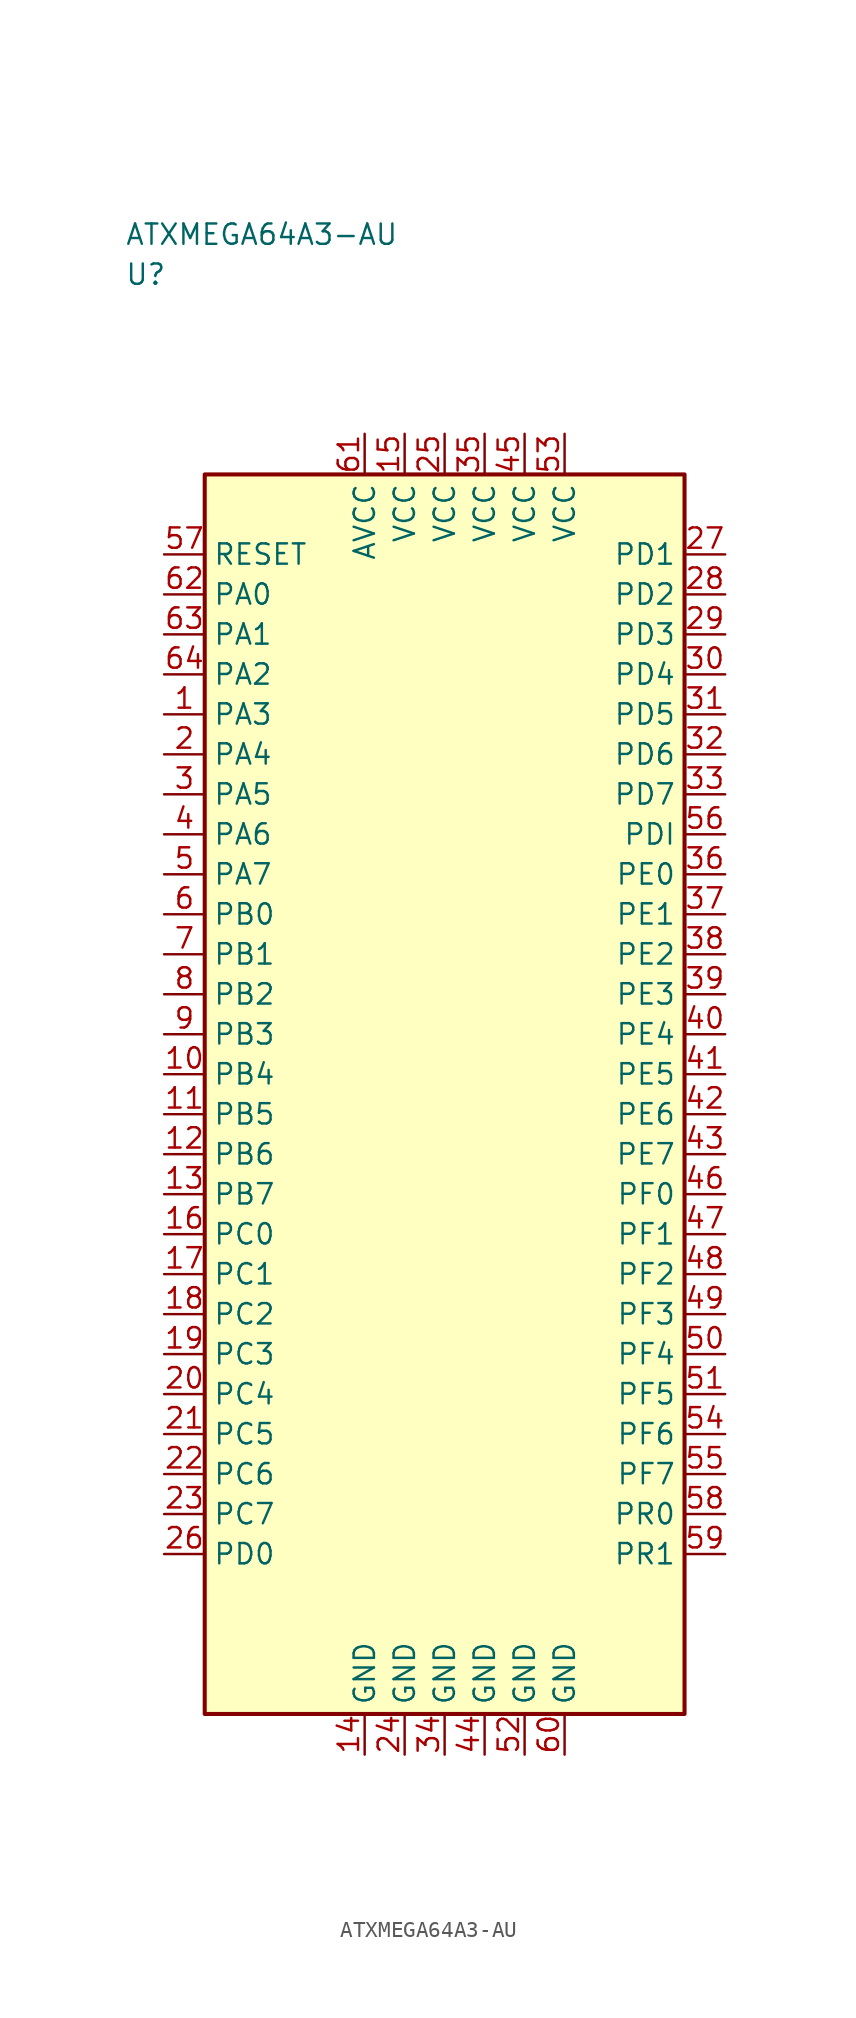
<source format=kicad_sym>
(kicad_symbol_lib
  (version 20241025)
  (generator "kicad_symbol_editor")
  (generator_version "8.0")
  (symbol "ATXMEGA64A3-AU"
    (property "Reference" "U"
      (at -20.0 51.25 0)
      (effects (font (size 1.27 1.27)) (justify left)))
    (property "Value" "ATXMEGA64A3-AU"
      (at -20.0 53.75 0)
      (effects (font (size 1.27 1.27)) (justify left)))
    (symbol "ATXMEGA64A3-AU_0_1"
      (rectangle (start -15.0 38.75) (end 15.0 -38.75) (stroke (width 0.254) (type default)) (fill (type background))))
    (symbol "ATXMEGA64A3-AU_1_1"
      (pin bidirectional line (at -17.54 23.75 0.0) (length 2.54) (name "PA3" (effects (font (size 1.27 1.27)))) (number "1" (effects (font (size 1.27 1.27)))))
      (pin bidirectional line (at -17.54 21.25 0.0) (length 2.54) (name "PA4" (effects (font (size 1.27 1.27)))) (number "2" (effects (font (size 1.27 1.27)))))
      (pin bidirectional line (at -17.54 18.75 0.0) (length 2.54) (name "PA5" (effects (font (size 1.27 1.27)))) (number "3" (effects (font (size 1.27 1.27)))))
      (pin bidirectional line (at -17.54 16.25 0.0) (length 2.54) (name "PA6" (effects (font (size 1.27 1.27)))) (number "4" (effects (font (size 1.27 1.27)))))
      (pin bidirectional line (at -17.54 13.75 0.0) (length 2.54) (name "PA7" (effects (font (size 1.27 1.27)))) (number "5" (effects (font (size 1.27 1.27)))))
      (pin bidirectional line (at -17.54 11.25 0.0) (length 2.54) (name "PB0" (effects (font (size 1.27 1.27)))) (number "6" (effects (font (size 1.27 1.27)))))
      (pin bidirectional line (at -17.54 8.75 0.0) (length 2.54) (name "PB1" (effects (font (size 1.27 1.27)))) (number "7" (effects (font (size 1.27 1.27)))))
      (pin bidirectional line (at -17.54 6.25 0.0) (length 2.54) (name "PB2" (effects (font (size 1.27 1.27)))) (number "8" (effects (font (size 1.27 1.27)))))
      (pin bidirectional line (at -17.54 3.75 0.0) (length 2.54) (name "PB3" (effects (font (size 1.27 1.27)))) (number "9" (effects (font (size 1.27 1.27)))))
      (pin bidirectional line (at -17.54 1.25 0.0) (length 2.54) (name "PB4" (effects (font (size 1.27 1.27)))) (number "10" (effects (font (size 1.27 1.27)))))
      (pin bidirectional line (at -17.54 -1.25 0.0) (length 2.54) (name "PB5" (effects (font (size 1.27 1.27)))) (number "11" (effects (font (size 1.27 1.27)))))
      (pin bidirectional line (at -17.54 -3.75 0.0) (length 2.54) (name "PB6" (effects (font (size 1.27 1.27)))) (number "12" (effects (font (size 1.27 1.27)))))
      (pin bidirectional line (at -17.54 -6.25 0.0) (length 2.54) (name "PB7" (effects (font (size 1.27 1.27)))) (number "13" (effects (font (size 1.27 1.27)))))
      (pin passive line (at -5.0 -41.29 90.0) (length 2.54) (name "GND" (effects (font (size 1.27 1.27)))) (number "14" (effects (font (size 1.27 1.27)))))
      (pin power_in line (at -2.5 41.29 270.0) (length 2.54) (name "VCC" (effects (font (size 1.27 1.27)))) (number "15" (effects (font (size 1.27 1.27)))))
      (pin bidirectional line (at -17.54 -8.75 0.0) (length 2.54) (name "PC0" (effects (font (size 1.27 1.27)))) (number "16" (effects (font (size 1.27 1.27)))))
      (pin bidirectional line (at -17.54 -11.25 0.0) (length 2.54) (name "PC1" (effects (font (size 1.27 1.27)))) (number "17" (effects (font (size 1.27 1.27)))))
      (pin bidirectional line (at -17.54 -13.75 0.0) (length 2.54) (name "PC2" (effects (font (size 1.27 1.27)))) (number "18" (effects (font (size 1.27 1.27)))))
      (pin bidirectional line (at -17.54 -16.25 0.0) (length 2.54) (name "PC3" (effects (font (size 1.27 1.27)))) (number "19" (effects (font (size 1.27 1.27)))))
      (pin bidirectional line (at -17.54 -18.75 0.0) (length 2.54) (name "PC4" (effects (font (size 1.27 1.27)))) (number "20" (effects (font (size 1.27 1.27)))))
      (pin bidirectional line (at -17.54 -21.25 0.0) (length 2.54) (name "PC5" (effects (font (size 1.27 1.27)))) (number "21" (effects (font (size 1.27 1.27)))))
      (pin bidirectional line (at -17.54 -23.75 0.0) (length 2.54) (name "PC6" (effects (font (size 1.27 1.27)))) (number "22" (effects (font (size 1.27 1.27)))))
      (pin bidirectional line (at -17.54 -26.25 0.0) (length 2.54) (name "PC7" (effects (font (size 1.27 1.27)))) (number "23" (effects (font (size 1.27 1.27)))))
      (pin passive line (at -2.5 -41.29 90.0) (length 2.54) (name "GND" (effects (font (size 1.27 1.27)))) (number "24" (effects (font (size 1.27 1.27)))))
      (pin power_in line (at 0.0 41.29 270.0) (length 2.54) (name "VCC" (effects (font (size 1.27 1.27)))) (number "25" (effects (font (size 1.27 1.27)))))
      (pin bidirectional line (at -17.54 -28.75 0.0) (length 2.54) (name "PD0" (effects (font (size 1.27 1.27)))) (number "26" (effects (font (size 1.27 1.27)))))
      (pin bidirectional line (at 17.54 33.75 180.0) (length 2.54) (name "PD1" (effects (font (size 1.27 1.27)))) (number "27" (effects (font (size 1.27 1.27)))))
      (pin bidirectional line (at 17.54 31.25 180.0) (length 2.54) (name "PD2" (effects (font (size 1.27 1.27)))) (number "28" (effects (font (size 1.27 1.27)))))
      (pin bidirectional line (at 17.54 28.75 180.0) (length 2.54) (name "PD3" (effects (font (size 1.27 1.27)))) (number "29" (effects (font (size 1.27 1.27)))))
      (pin bidirectional line (at 17.54 26.25 180.0) (length 2.54) (name "PD4" (effects (font (size 1.27 1.27)))) (number "30" (effects (font (size 1.27 1.27)))))
      (pin bidirectional line (at 17.54 23.75 180.0) (length 2.54) (name "PD5" (effects (font (size 1.27 1.27)))) (number "31" (effects (font (size 1.27 1.27)))))
      (pin bidirectional line (at 17.54 21.25 180.0) (length 2.54) (name "PD6" (effects (font (size 1.27 1.27)))) (number "32" (effects (font (size 1.27 1.27)))))
      (pin bidirectional line (at 17.54 18.75 180.0) (length 2.54) (name "PD7" (effects (font (size 1.27 1.27)))) (number "33" (effects (font (size 1.27 1.27)))))
      (pin passive line (at 0.0 -41.29 90.0) (length 2.54) (name "GND" (effects (font (size 1.27 1.27)))) (number "34" (effects (font (size 1.27 1.27)))))
      (pin power_in line (at 2.5 41.29 270.0) (length 2.54) (name "VCC" (effects (font (size 1.27 1.27)))) (number "35" (effects (font (size 1.27 1.27)))))
      (pin bidirectional line (at 17.54 13.75 180.0) (length 2.54) (name "PE0" (effects (font (size 1.27 1.27)))) (number "36" (effects (font (size 1.27 1.27)))))
      (pin bidirectional line (at 17.54 11.25 180.0) (length 2.54) (name "PE1" (effects (font (size 1.27 1.27)))) (number "37" (effects (font (size 1.27 1.27)))))
      (pin bidirectional line (at 17.54 8.75 180.0) (length 2.54) (name "PE2" (effects (font (size 1.27 1.27)))) (number "38" (effects (font (size 1.27 1.27)))))
      (pin bidirectional line (at 17.54 6.25 180.0) (length 2.54) (name "PE3" (effects (font (size 1.27 1.27)))) (number "39" (effects (font (size 1.27 1.27)))))
      (pin bidirectional line (at 17.54 3.75 180.0) (length 2.54) (name "PE4" (effects (font (size 1.27 1.27)))) (number "40" (effects (font (size 1.27 1.27)))))
      (pin bidirectional line (at 17.54 1.25 180.0) (length 2.54) (name "PE5" (effects (font (size 1.27 1.27)))) (number "41" (effects (font (size 1.27 1.27)))))
      (pin bidirectional line (at 17.54 -1.25 180.0) (length 2.54) (name "PE6" (effects (font (size 1.27 1.27)))) (number "42" (effects (font (size 1.27 1.27)))))
      (pin bidirectional line (at 17.54 -3.75 180.0) (length 2.54) (name "PE7" (effects (font (size 1.27 1.27)))) (number "43" (effects (font (size 1.27 1.27)))))
      (pin passive line (at 2.5 -41.29 90.0) (length 2.54) (name "GND" (effects (font (size 1.27 1.27)))) (number "44" (effects (font (size 1.27 1.27)))))
      (pin power_in line (at 5.0 41.29 270.0) (length 2.54) (name "VCC" (effects (font (size 1.27 1.27)))) (number "45" (effects (font (size 1.27 1.27)))))
      (pin bidirectional line (at 17.54 -6.25 180.0) (length 2.54) (name "PF0" (effects (font (size 1.27 1.27)))) (number "46" (effects (font (size 1.27 1.27)))))
      (pin bidirectional line (at 17.54 -8.75 180.0) (length 2.54) (name "PF1" (effects (font (size 1.27 1.27)))) (number "47" (effects (font (size 1.27 1.27)))))
      (pin bidirectional line (at 17.54 -11.25 180.0) (length 2.54) (name "PF2" (effects (font (size 1.27 1.27)))) (number "48" (effects (font (size 1.27 1.27)))))
      (pin bidirectional line (at 17.54 -13.75 180.0) (length 2.54) (name "PF3" (effects (font (size 1.27 1.27)))) (number "49" (effects (font (size 1.27 1.27)))))
      (pin bidirectional line (at 17.54 -16.25 180.0) (length 2.54) (name "PF4" (effects (font (size 1.27 1.27)))) (number "50" (effects (font (size 1.27 1.27)))))
      (pin bidirectional line (at 17.54 -18.75 180.0) (length 2.54) (name "PF5" (effects (font (size 1.27 1.27)))) (number "51" (effects (font (size 1.27 1.27)))))
      (pin passive line (at 5.0 -41.29 90.0) (length 2.54) (name "GND" (effects (font (size 1.27 1.27)))) (number "52" (effects (font (size 1.27 1.27)))))
      (pin power_in line (at 7.5 41.29 270.0) (length 2.54) (name "VCC" (effects (font (size 1.27 1.27)))) (number "53" (effects (font (size 1.27 1.27)))))
      (pin bidirectional line (at 17.54 -21.25 180.0) (length 2.54) (name "PF6" (effects (font (size 1.27 1.27)))) (number "54" (effects (font (size 1.27 1.27)))))
      (pin bidirectional line (at 17.54 -23.75 180.0) (length 2.54) (name "PF7" (effects (font (size 1.27 1.27)))) (number "55" (effects (font (size 1.27 1.27)))))
      (pin bidirectional line (at 17.54 16.25 180.0) (length 2.54) (name "PDI" (effects (font (size 1.27 1.27)))) (number "56" (effects (font (size 1.27 1.27)))))
      (pin input line (at -17.54 33.75 0.0) (length 2.54) (name "RESET" (effects (font (size 1.27 1.27)))) (number "57" (effects (font (size 1.27 1.27)))))
      (pin bidirectional line (at 17.54 -26.25 180.0) (length 2.54) (name "PR0" (effects (font (size 1.27 1.27)))) (number "58" (effects (font (size 1.27 1.27)))))
      (pin bidirectional line (at 17.54 -28.75 180.0) (length 2.54) (name "PR1" (effects (font (size 1.27 1.27)))) (number "59" (effects (font (size 1.27 1.27)))))
      (pin passive line (at 7.5 -41.29 90.0) (length 2.54) (name "GND" (effects (font (size 1.27 1.27)))) (number "60" (effects (font (size 1.27 1.27)))))
      (pin power_in line (at -5.0 41.29 270.0) (length 2.54) (name "AVCC" (effects (font (size 1.27 1.27)))) (number "61" (effects (font (size 1.27 1.27)))))
      (pin bidirectional line (at -17.54 31.25 0.0) (length 2.54) (name "PA0" (effects (font (size 1.27 1.27)))) (number "62" (effects (font (size 1.27 1.27)))))
      (pin bidirectional line (at -17.54 28.75 0.0) (length 2.54) (name "PA1" (effects (font (size 1.27 1.27)))) (number "63" (effects (font (size 1.27 1.27)))))
      (pin bidirectional line (at -17.54 26.25 0.0) (length 2.54) (name "PA2" (effects (font (size 1.27 1.27)))) (number "64" (effects (font (size 1.27 1.27))))))))
</source>
